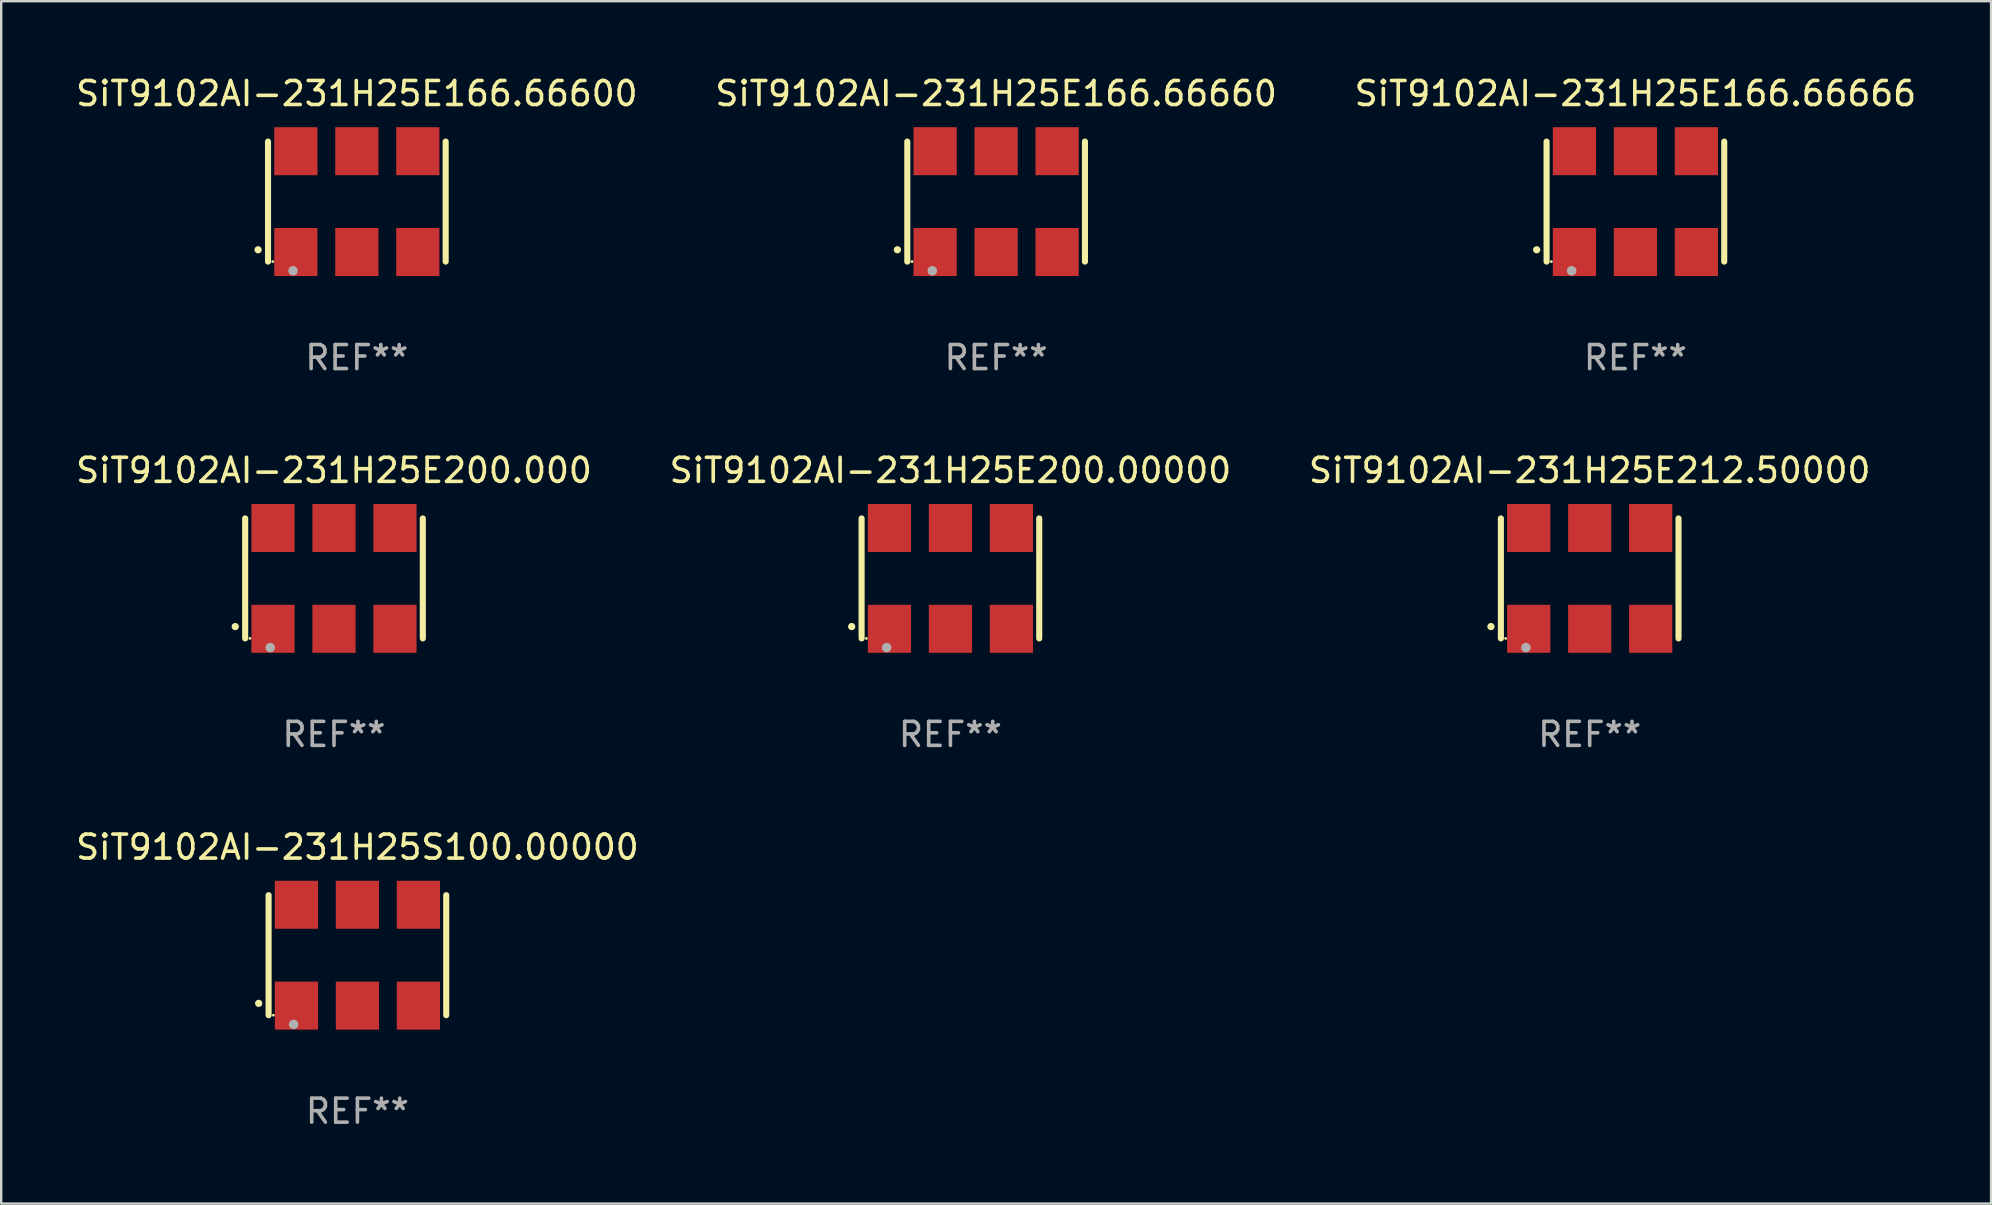
<source format=kicad_pcb>
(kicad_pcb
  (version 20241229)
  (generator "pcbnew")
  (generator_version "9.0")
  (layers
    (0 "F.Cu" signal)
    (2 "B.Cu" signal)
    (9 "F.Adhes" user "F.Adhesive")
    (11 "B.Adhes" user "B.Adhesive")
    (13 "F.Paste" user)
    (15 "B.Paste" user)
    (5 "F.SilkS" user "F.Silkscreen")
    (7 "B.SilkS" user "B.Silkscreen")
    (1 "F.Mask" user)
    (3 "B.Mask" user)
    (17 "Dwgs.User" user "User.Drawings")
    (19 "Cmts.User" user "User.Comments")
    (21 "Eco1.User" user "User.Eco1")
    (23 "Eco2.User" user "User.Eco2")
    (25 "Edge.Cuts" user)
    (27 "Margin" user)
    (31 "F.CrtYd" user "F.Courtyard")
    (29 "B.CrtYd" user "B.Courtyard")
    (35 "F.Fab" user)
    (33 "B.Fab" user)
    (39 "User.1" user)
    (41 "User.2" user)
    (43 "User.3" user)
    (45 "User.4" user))
  (footprint "SiT9102AI-231H25S100.00000"
    (layer "F.Cu")
    (at 11.839 36.741)
    (property "Reference" "SiT9102AI-231H25S100.00000" (at 0 -4.5 0) (layer "F.SilkS") (effects (font (size 1 1) (thickness 0.15))))
    (attr through_hole)
    (fp_line (start -3.7 -2.5) (end -3.7 2.5) (stroke (width 0.254) (type solid)) (layer "F.SilkS"))
    (fp_line (start 3.7 -2.5) (end 3.7 2.5) (stroke (width 0.254) (type solid)) (layer "F.SilkS"))
    (fp_arc (start -4.114415 2.006604) (mid -4.113145 2.006599) (end -4.111875 2.006604) (stroke (width 0.3) (type solid)) (layer "F.SilkS"))
    (fp_circle (center -3.502 2.5) (end -3.472 2.5) (stroke (width 0.06) (type solid)) (fill no) (layer "F.SilkS"))
    (fp_circle (center -2.657 2.882) (end -2.557 2.882) (stroke (width 0.2) (type solid)) (fill no) (layer "F.Fab"))
    (fp_text user "REF**" (at 0 6.5 0) (layer "F.Fab") (effects (font (size 1 1) (thickness 0.15))))
    (pad "1" smd rect (at -2.54 2.1) (size 1.8 2) (layers "F.Cu" "F.Mask" "F.Paste"))
    (pad "2" smd rect (at 0.000394 2.1) (size 1.8 2) (layers "F.Cu" "F.Mask" "F.Paste"))
    (pad "3" smd rect (at 2.54 2.1) (size 1.8 2) (layers "F.Cu" "F.Mask" "F.Paste"))
    (pad "4" smd rect (at 2.54 -2.1) (size 1.8 2) (layers "F.Cu" "F.Mask" "F.Paste"))
    (pad "5" smd rect (at 0.000394 -2.1) (size 1.8 2) (layers "F.Cu" "F.Mask" "F.Paste"))
    (pad "6" smd rect (at -2.54 -2.1) (size 1.8 2) (layers "F.Cu" "F.Mask" "F.Paste")))
  (footprint "SiT9102AI-231H25E166.66666"
    (layer "F.Cu")
    (at 65.077 5.348)
    (property "Reference" "SiT9102AI-231H25E166.66666" (at 0 -4.5 0) (layer "F.SilkS") (effects (font (size 1 1) (thickness 0.15))))
    (attr through_hole)
    (fp_line (start -3.7 -2.5) (end -3.7 2.5) (stroke (width 0.254) (type solid)) (layer "F.SilkS"))
    (fp_line (start 3.7 -2.5) (end 3.7 2.5) (stroke (width 0.254) (type solid)) (layer "F.SilkS"))
    (fp_arc (start -4.114415 2.006604) (mid -4.113145 2.006599) (end -4.111875 2.006604) (stroke (width 0.3) (type solid)) (layer "F.SilkS"))
    (fp_circle (center -3.502 2.5) (end -3.472 2.5) (stroke (width 0.06) (type solid)) (fill no) (layer "F.SilkS"))
    (fp_circle (center -2.657 2.882) (end -2.557 2.882) (stroke (width 0.2) (type solid)) (fill no) (layer "F.Fab"))
    (fp_text user "REF**" (at 0 6.5 0) (layer "F.Fab") (effects (font (size 1 1) (thickness 0.15))))
    (pad "1" smd rect (at -2.54 2.1) (size 1.8 2) (layers "F.Cu" "F.Mask" "F.Paste"))
    (pad "2" smd rect (at 0.000394 2.1) (size 1.8 2) (layers "F.Cu" "F.Mask" "F.Paste"))
    (pad "3" smd rect (at 2.54 2.1) (size 1.8 2) (layers "F.Cu" "F.Mask" "F.Paste"))
    (pad "4" smd rect (at 2.54 -2.1) (size 1.8 2) (layers "F.Cu" "F.Mask" "F.Paste"))
    (pad "5" smd rect (at 0.000394 -2.1) (size 1.8 2) (layers "F.Cu" "F.Mask" "F.Paste"))
    (pad "6" smd rect (at -2.54 -2.1) (size 1.8 2) (layers "F.Cu" "F.Mask" "F.Paste")))
  (footprint "SiT9102AI-231H25E200.000"
    (layer "F.Cu")
    (at 10.863 21.045)
    (property "Reference" "SiT9102AI-231H25E200.000" (at 0 -4.5 0) (layer "F.SilkS") (effects (font (size 1 1) (thickness 0.15))))
    (attr through_hole)
    (fp_line (start -3.7 -2.5) (end -3.7 2.5) (stroke (width 0.254) (type solid)) (layer "F.SilkS"))
    (fp_line (start 3.7 -2.5) (end 3.7 2.5) (stroke (width 0.254) (type solid)) (layer "F.SilkS"))
    (fp_arc (start -4.114415 2.006604) (mid -4.113145 2.006599) (end -4.111875 2.006604) (stroke (width 0.3) (type solid)) (layer "F.SilkS"))
    (fp_circle (center -3.502 2.5) (end -3.472 2.5) (stroke (width 0.06) (type solid)) (fill no) (layer "F.SilkS"))
    (fp_circle (center -2.657 2.882) (end -2.557 2.882) (stroke (width 0.2) (type solid)) (fill no) (layer "F.Fab"))
    (fp_text user "REF**" (at 0 6.5 0) (layer "F.Fab") (effects (font (size 1 1) (thickness 0.15))))
    (pad "1" smd rect (at -2.54 2.1) (size 1.8 2) (layers "F.Cu" "F.Mask" "F.Paste"))
    (pad "2" smd rect (at 0.000394 2.1) (size 1.8 2) (layers "F.Cu" "F.Mask" "F.Paste"))
    (pad "3" smd rect (at 2.54 2.1) (size 1.8 2) (layers "F.Cu" "F.Mask" "F.Paste"))
    (pad "4" smd rect (at 2.54 -2.1) (size 1.8 2) (layers "F.Cu" "F.Mask" "F.Paste"))
    (pad "5" smd rect (at 0.000394 -2.1) (size 1.8 2) (layers "F.Cu" "F.Mask" "F.Paste"))
    (pad "6" smd rect (at -2.54 -2.1) (size 1.8 2) (layers "F.Cu" "F.Mask" "F.Paste")))
  (footprint "SiT9102AI-231H25E200.00000"
    (layer "F.Cu")
    (at 36.542 21.045)
    (property "Reference" "SiT9102AI-231H25E200.00000" (at 0 -4.5 0) (layer "F.SilkS") (effects (font (size 1 1) (thickness 0.15))))
    (attr through_hole)
    (fp_line (start -3.7 -2.5) (end -3.7 2.5) (stroke (width 0.254) (type solid)) (layer "F.SilkS"))
    (fp_line (start 3.7 -2.5) (end 3.7 2.5) (stroke (width 0.254) (type solid)) (layer "F.SilkS"))
    (fp_arc (start -4.114415 2.006604) (mid -4.113145 2.006599) (end -4.111875 2.006604) (stroke (width 0.3) (type solid)) (layer "F.SilkS"))
    (fp_circle (center -3.502 2.5) (end -3.472 2.5) (stroke (width 0.06) (type solid)) (fill no) (layer "F.SilkS"))
    (fp_circle (center -2.657 2.882) (end -2.557 2.882) (stroke (width 0.2) (type solid)) (fill no) (layer "F.Fab"))
    (fp_text user "REF**" (at 0 6.5 0) (layer "F.Fab") (effects (font (size 1 1) (thickness 0.15))))
    (pad "1" smd rect (at -2.54 2.1) (size 1.8 2) (layers "F.Cu" "F.Mask" "F.Paste"))
    (pad "2" smd rect (at 0.000394 2.1) (size 1.8 2) (layers "F.Cu" "F.Mask" "F.Paste"))
    (pad "3" smd rect (at 2.54 2.1) (size 1.8 2) (layers "F.Cu" "F.Mask" "F.Paste"))
    (pad "4" smd rect (at 2.54 -2.1) (size 1.8 2) (layers "F.Cu" "F.Mask" "F.Paste"))
    (pad "5" smd rect (at 0.000394 -2.1) (size 1.8 2) (layers "F.Cu" "F.Mask" "F.Paste"))
    (pad "6" smd rect (at -2.54 -2.1) (size 1.8 2) (layers "F.Cu" "F.Mask" "F.Paste")))
  (footprint "SiT9102AI-231H25E166.66660"
    (layer "F.Cu")
    (at 38.446 5.348)
    (property "Reference" "SiT9102AI-231H25E166.66660" (at 0 -4.5 0) (layer "F.SilkS") (effects (font (size 1 1) (thickness 0.15))))
    (attr through_hole)
    (fp_line (start -3.7 -2.5) (end -3.7 2.5) (stroke (width 0.254) (type solid)) (layer "F.SilkS"))
    (fp_line (start 3.7 -2.5) (end 3.7 2.5) (stroke (width 0.254) (type solid)) (layer "F.SilkS"))
    (fp_arc (start -4.114415 2.006604) (mid -4.113145 2.006599) (end -4.111875 2.006604) (stroke (width 0.3) (type solid)) (layer "F.SilkS"))
    (fp_circle (center -3.502 2.5) (end -3.472 2.5) (stroke (width 0.06) (type solid)) (fill no) (layer "F.SilkS"))
    (fp_circle (center -2.657 2.882) (end -2.557 2.882) (stroke (width 0.2) (type solid)) (fill no) (layer "F.Fab"))
    (fp_text user "REF**" (at 0 6.5 0) (layer "F.Fab") (effects (font (size 1 1) (thickness 0.15))))
    (pad "1" smd rect (at -2.54 2.1) (size 1.8 2) (layers "F.Cu" "F.Mask" "F.Paste"))
    (pad "2" smd rect (at 0.000394 2.1) (size 1.8 2) (layers "F.Cu" "F.Mask" "F.Paste"))
    (pad "3" smd rect (at 2.54 2.1) (size 1.8 2) (layers "F.Cu" "F.Mask" "F.Paste"))
    (pad "4" smd rect (at 2.54 -2.1) (size 1.8 2) (layers "F.Cu" "F.Mask" "F.Paste"))
    (pad "5" smd rect (at 0.000394 -2.1) (size 1.8 2) (layers "F.Cu" "F.Mask" "F.Paste"))
    (pad "6" smd rect (at -2.54 -2.1) (size 1.8 2) (layers "F.Cu" "F.Mask" "F.Paste")))
  (footprint "SiT9102AI-231H25E166.66600"
    (layer "F.Cu")
    (at 11.815 5.348)
    (property "Reference" "SiT9102AI-231H25E166.66600" (at 0 -4.5 0) (layer "F.SilkS") (effects (font (size 1 1) (thickness 0.15))))
    (attr through_hole)
    (fp_line (start -3.7 -2.5) (end -3.7 2.5) (stroke (width 0.254) (type solid)) (layer "F.SilkS"))
    (fp_line (start 3.7 -2.5) (end 3.7 2.5) (stroke (width 0.254) (type solid)) (layer "F.SilkS"))
    (fp_arc (start -4.114415 2.006604) (mid -4.113145 2.006599) (end -4.111875 2.006604) (stroke (width 0.3) (type solid)) (layer "F.SilkS"))
    (fp_circle (center -3.502 2.5) (end -3.472 2.5) (stroke (width 0.06) (type solid)) (fill no) (layer "F.SilkS"))
    (fp_circle (center -2.657 2.882) (end -2.557 2.882) (stroke (width 0.2) (type solid)) (fill no) (layer "F.Fab"))
    (fp_text user "REF**" (at 0 6.5 0) (layer "F.Fab") (effects (font (size 1 1) (thickness 0.15))))
    (pad "1" smd rect (at -2.54 2.1) (size 1.8 2) (layers "F.Cu" "F.Mask" "F.Paste"))
    (pad "2" smd rect (at 0.000394 2.1) (size 1.8 2) (layers "F.Cu" "F.Mask" "F.Paste"))
    (pad "3" smd rect (at 2.54 2.1) (size 1.8 2) (layers "F.Cu" "F.Mask" "F.Paste"))
    (pad "4" smd rect (at 2.54 -2.1) (size 1.8 2) (layers "F.Cu" "F.Mask" "F.Paste"))
    (pad "5" smd rect (at 0.000394 -2.1) (size 1.8 2) (layers "F.Cu" "F.Mask" "F.Paste"))
    (pad "6" smd rect (at -2.54 -2.1) (size 1.8 2) (layers "F.Cu" "F.Mask" "F.Paste")))
  (footprint "SiT9102AI-231H25E212.50000"
    (layer "F.Cu")
    (at 63.173 21.045)
    (property "Reference" "SiT9102AI-231H25E212.50000" (at 0 -4.5 0) (layer "F.SilkS") (effects (font (size 1 1) (thickness 0.15))))
    (attr through_hole)
    (fp_line (start -3.7 -2.5) (end -3.7 2.5) (stroke (width 0.254) (type solid)) (layer "F.SilkS"))
    (fp_line (start 3.7 -2.5) (end 3.7 2.5) (stroke (width 0.254) (type solid)) (layer "F.SilkS"))
    (fp_arc (start -4.114415 2.006604) (mid -4.113145 2.006599) (end -4.111875 2.006604) (stroke (width 0.3) (type solid)) (layer "F.SilkS"))
    (fp_circle (center -3.502 2.5) (end -3.472 2.5) (stroke (width 0.06) (type solid)) (fill no) (layer "F.SilkS"))
    (fp_circle (center -2.657 2.882) (end -2.557 2.882) (stroke (width 0.2) (type solid)) (fill no) (layer "F.Fab"))
    (fp_text user "REF**" (at 0 6.5 0) (layer "F.Fab") (effects (font (size 1 1) (thickness 0.15))))
    (pad "1" smd rect (at -2.54 2.1) (size 1.8 2) (layers "F.Cu" "F.Mask" "F.Paste"))
    (pad "2" smd rect (at 0.000394 2.1) (size 1.8 2) (layers "F.Cu" "F.Mask" "F.Paste"))
    (pad "3" smd rect (at 2.54 2.1) (size 1.8 2) (layers "F.Cu" "F.Mask" "F.Paste"))
    (pad "4" smd rect (at 2.54 -2.1) (size 1.8 2) (layers "F.Cu" "F.Mask" "F.Paste"))
    (pad "5" smd rect (at 0.000394 -2.1) (size 1.8 2) (layers "F.Cu" "F.Mask" "F.Paste"))
    (pad "6" smd rect (at -2.54 -2.1) (size 1.8 2) (layers "F.Cu" "F.Mask" "F.Paste")))
  (gr_rect
    (start -3 -3)
    (end 79.893 47.09)
    (stroke (width 0.1) (type default))
    (fill no)
    (layer "Edge.Cuts")))
</source>
